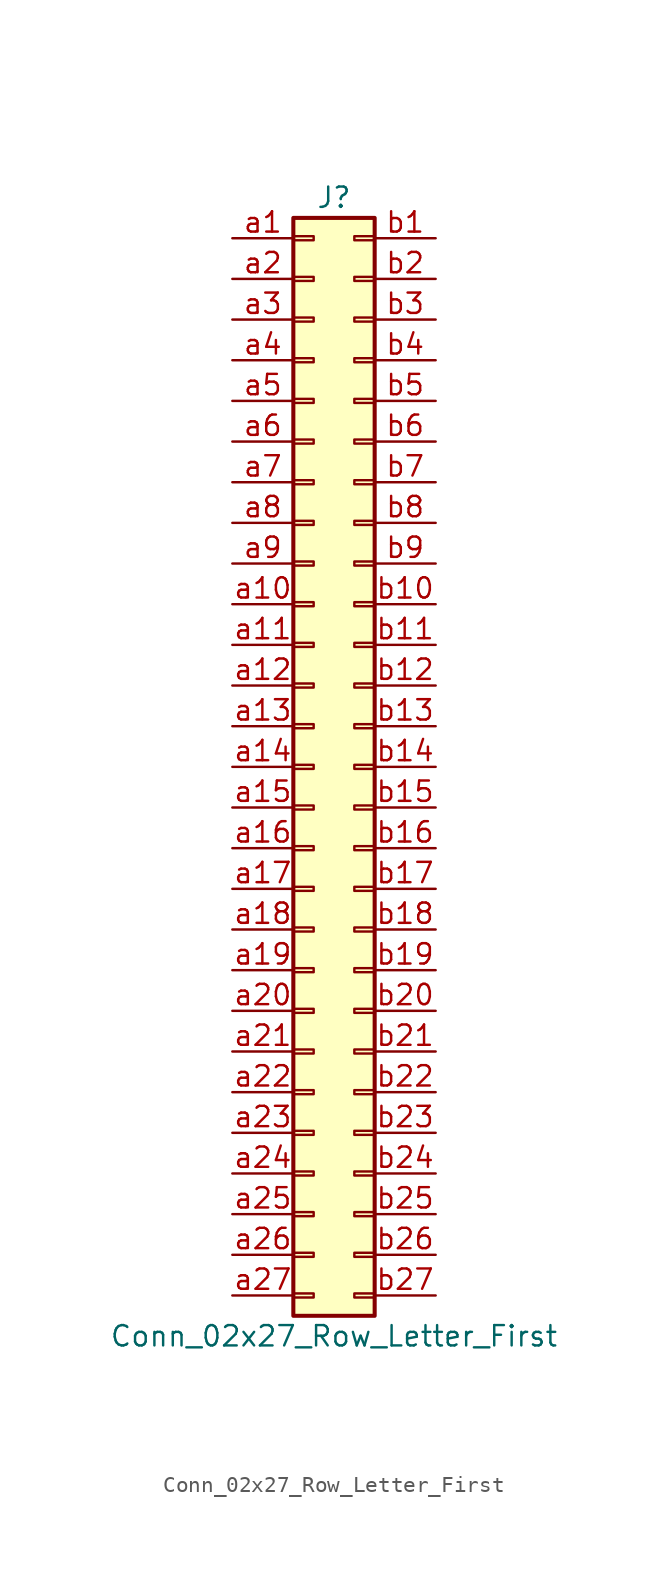
<source format=kicad_sym>
(kicad_symbol_lib
  (version 20201005)
  (generator kicad_symbol_editor)
  (symbol "Conn_02x27_Row_Letter_First"
    (pin_names
      (offset 1.016) hide)
    (property "Reference" "J"
      (at 1.27 35.56 0)
      (effects (font (size 1.27 1.27))))
    (property "Value" "Conn_02x27_Row_Letter_First"
      (at 1.27 -35.56 0)
      (effects (font (size 1.27 1.27))))
    (symbol "Conn_02x27_Row_Letter_First_1_1"
      (rectangle (start -1.27 -32.893) (end 0 -33.147) (stroke (width 0.152)) (fill (type none)))
      (rectangle (start -1.27 -30.353) (end 0 -30.607) (stroke (width 0.152)) (fill (type none)))
      (rectangle (start -1.27 -27.813) (end 0 -28.067) (stroke (width 0.152)) (fill (type none)))
      (rectangle (start -1.27 -25.273) (end 0 -25.527) (stroke (width 0.152)) (fill (type none)))
      (rectangle (start -1.27 -22.733) (end 0 -22.987) (stroke (width 0.152)) (fill (type none)))
      (rectangle (start -1.27 -20.193) (end 0 -20.447) (stroke (width 0.152)) (fill (type none)))
      (rectangle (start -1.27 -17.653) (end 0 -17.907) (stroke (width 0.152)) (fill (type none)))
      (rectangle (start -1.27 -15.113) (end 0 -15.367) (stroke (width 0.152)) (fill (type none)))
      (rectangle (start -1.27 -12.573) (end 0 -12.827) (stroke (width 0.152)) (fill (type none)))
      (rectangle (start -1.27 -10.033) (end 0 -10.287) (stroke (width 0.152)) (fill (type none)))
      (rectangle (start -1.27 -7.493) (end 0 -7.747) (stroke (width 0.152)) (fill (type none)))
      (rectangle (start -1.27 -4.953) (end 0 -5.207) (stroke (width 0.152)) (fill (type none)))
      (rectangle (start -1.27 -2.413) (end 0 -2.667) (stroke (width 0.152)) (fill (type none)))
      (rectangle (start -1.27 0.127) (end 0 -0.127) (stroke (width 0.152)) (fill (type none)))
      (rectangle (start -1.27 2.667) (end 0 2.413) (stroke (width 0.152)) (fill (type none)))
      (rectangle (start -1.27 5.207) (end 0 4.953) (stroke (width 0.152)) (fill (type none)))
      (rectangle (start -1.27 7.747) (end 0 7.493) (stroke (width 0.152)) (fill (type none)))
      (rectangle (start -1.27 10.287) (end 0 10.033) (stroke (width 0.152)) (fill (type none)))
      (rectangle (start -1.27 12.827) (end 0 12.573) (stroke (width 0.152)) (fill (type none)))
      (rectangle (start -1.27 15.367) (end 0 15.113) (stroke (width 0.152)) (fill (type none)))
      (rectangle (start -1.27 17.907) (end 0 17.653) (stroke (width 0.152)) (fill (type none)))
      (rectangle (start -1.27 20.447) (end 0 20.193) (stroke (width 0.152)) (fill (type none)))
      (rectangle (start -1.27 22.987) (end 0 22.733) (stroke (width 0.152)) (fill (type none)))
      (rectangle (start -1.27 25.527) (end 0 25.273) (stroke (width 0.152)) (fill (type none)))
      (rectangle (start -1.27 28.067) (end 0 27.813) (stroke (width 0.152)) (fill (type none)))
      (rectangle (start -1.27 30.607) (end 0 30.353) (stroke (width 0.152)) (fill (type none)))
      (rectangle (start -1.27 33.147) (end 0 32.893) (stroke (width 0.152)) (fill (type none)))
      (rectangle (start -1.27 34.29) (end 3.81 -34.29) (stroke (width 0.254)) (fill (type background)))
      (rectangle (start 3.81 -32.893) (end 2.54 -33.147) (stroke (width 0.152)) (fill (type none)))
      (rectangle (start 3.81 -30.353) (end 2.54 -30.607) (stroke (width 0.152)) (fill (type none)))
      (rectangle (start 3.81 -27.813) (end 2.54 -28.067) (stroke (width 0.152)) (fill (type none)))
      (rectangle (start 3.81 -25.273) (end 2.54 -25.527) (stroke (width 0.152)) (fill (type none)))
      (rectangle (start 3.81 -22.733) (end 2.54 -22.987) (stroke (width 0.152)) (fill (type none)))
      (rectangle (start 3.81 -20.193) (end 2.54 -20.447) (stroke (width 0.152)) (fill (type none)))
      (rectangle (start 3.81 -17.653) (end 2.54 -17.907) (stroke (width 0.152)) (fill (type none)))
      (rectangle (start 3.81 -15.113) (end 2.54 -15.367) (stroke (width 0.152)) (fill (type none)))
      (rectangle (start 3.81 -12.573) (end 2.54 -12.827) (stroke (width 0.152)) (fill (type none)))
      (rectangle (start 3.81 -10.033) (end 2.54 -10.287) (stroke (width 0.152)) (fill (type none)))
      (rectangle (start 3.81 -7.493) (end 2.54 -7.747) (stroke (width 0.152)) (fill (type none)))
      (rectangle (start 3.81 -4.953) (end 2.54 -5.207) (stroke (width 0.152)) (fill (type none)))
      (rectangle (start 3.81 -2.413) (end 2.54 -2.667) (stroke (width 0.152)) (fill (type none)))
      (rectangle (start 3.81 0.127) (end 2.54 -0.127) (stroke (width 0.152)) (fill (type none)))
      (rectangle (start 3.81 2.667) (end 2.54 2.413) (stroke (width 0.152)) (fill (type none)))
      (rectangle (start 3.81 5.207) (end 2.54 4.953) (stroke (width 0.152)) (fill (type none)))
      (rectangle (start 3.81 7.747) (end 2.54 7.493) (stroke (width 0.152)) (fill (type none)))
      (rectangle (start 3.81 10.287) (end 2.54 10.033) (stroke (width 0.152)) (fill (type none)))
      (rectangle (start 3.81 12.827) (end 2.54 12.573) (stroke (width 0.152)) (fill (type none)))
      (rectangle (start 3.81 15.367) (end 2.54 15.113) (stroke (width 0.152)) (fill (type none)))
      (rectangle (start 3.81 17.907) (end 2.54 17.653) (stroke (width 0.152)) (fill (type none)))
      (rectangle (start 3.81 20.447) (end 2.54 20.193) (stroke (width 0.152)) (fill (type none)))
      (rectangle (start 3.81 22.987) (end 2.54 22.733) (stroke (width 0.152)) (fill (type none)))
      (rectangle (start 3.81 25.527) (end 2.54 25.273) (stroke (width 0.152)) (fill (type none)))
      (rectangle (start 3.81 28.067) (end 2.54 27.813) (stroke (width 0.152)) (fill (type none)))
      (rectangle (start 3.81 30.607) (end 2.54 30.353) (stroke (width 0.152)) (fill (type none)))
      (rectangle (start 3.81 33.147) (end 2.54 32.893) (stroke (width 0.152)) (fill (type none)))
      (pin passive line (at -5.08 33.02 0) (length 3.81) (name "Pin_a1" (effects (font (size 1.27 1.27)))) (number "a1" (effects (font (size 1.27 1.27)))))
      (pin passive line (at -5.08 10.16 0) (length 3.81) (name "Pin_a10" (effects (font (size 1.27 1.27)))) (number "a10" (effects (font (size 1.27 1.27)))))
      (pin passive line (at -5.08 7.62 0) (length 3.81) (name "Pin_a11" (effects (font (size 1.27 1.27)))) (number "a11" (effects (font (size 1.27 1.27)))))
      (pin passive line (at -5.08 5.08 0) (length 3.81) (name "Pin_a12" (effects (font (size 1.27 1.27)))) (number "a12" (effects (font (size 1.27 1.27)))))
      (pin passive line (at -5.08 2.54 0) (length 3.81) (name "Pin_a13" (effects (font (size 1.27 1.27)))) (number "a13" (effects (font (size 1.27 1.27)))))
      (pin passive line (at -5.08 0 0) (length 3.81) (name "Pin_a14" (effects (font (size 1.27 1.27)))) (number "a14" (effects (font (size 1.27 1.27)))))
      (pin passive line (at -5.08 -2.54 0) (length 3.81) (name "Pin_a15" (effects (font (size 1.27 1.27)))) (number "a15" (effects (font (size 1.27 1.27)))))
      (pin passive line (at -5.08 -5.08 0) (length 3.81) (name "Pin_a16" (effects (font (size 1.27 1.27)))) (number "a16" (effects (font (size 1.27 1.27)))))
      (pin passive line (at -5.08 -7.62 0) (length 3.81) (name "Pin_a17" (effects (font (size 1.27 1.27)))) (number "a17" (effects (font (size 1.27 1.27)))))
      (pin passive line (at -5.08 -10.16 0) (length 3.81) (name "Pin_a18" (effects (font (size 1.27 1.27)))) (number "a18" (effects (font (size 1.27 1.27)))))
      (pin passive line (at -5.08 -12.7 0) (length 3.81) (name "Pin_a19" (effects (font (size 1.27 1.27)))) (number "a19" (effects (font (size 1.27 1.27)))))
      (pin passive line (at -5.08 30.48 0) (length 3.81) (name "Pin_a2" (effects (font (size 1.27 1.27)))) (number "a2" (effects (font (size 1.27 1.27)))))
      (pin passive line (at -5.08 -15.24 0) (length 3.81) (name "Pin_a20" (effects (font (size 1.27 1.27)))) (number "a20" (effects (font (size 1.27 1.27)))))
      (pin passive line (at -5.08 -17.78 0) (length 3.81) (name "Pin_a21" (effects (font (size 1.27 1.27)))) (number "a21" (effects (font (size 1.27 1.27)))))
      (pin passive line (at -5.08 -20.32 0) (length 3.81) (name "Pin_a22" (effects (font (size 1.27 1.27)))) (number "a22" (effects (font (size 1.27 1.27)))))
      (pin passive line (at -5.08 -22.86 0) (length 3.81) (name "Pin_a23" (effects (font (size 1.27 1.27)))) (number "a23" (effects (font (size 1.27 1.27)))))
      (pin passive line (at -5.08 -25.4 0) (length 3.81) (name "Pin_a24" (effects (font (size 1.27 1.27)))) (number "a24" (effects (font (size 1.27 1.27)))))
      (pin passive line (at -5.08 -27.94 0) (length 3.81) (name "Pin_a25" (effects (font (size 1.27 1.27)))) (number "a25" (effects (font (size 1.27 1.27)))))
      (pin passive line (at -5.08 -30.48 0) (length 3.81) (name "Pin_a26" (effects (font (size 1.27 1.27)))) (number "a26" (effects (font (size 1.27 1.27)))))
      (pin passive line (at -5.08 -33.02 0) (length 3.81) (name "Pin_a27" (effects (font (size 1.27 1.27)))) (number "a27" (effects (font (size 1.27 1.27)))))
      (pin passive line (at -5.08 27.94 0) (length 3.81) (name "Pin_a3" (effects (font (size 1.27 1.27)))) (number "a3" (effects (font (size 1.27 1.27)))))
      (pin passive line (at -5.08 25.4 0) (length 3.81) (name "Pin_a4" (effects (font (size 1.27 1.27)))) (number "a4" (effects (font (size 1.27 1.27)))))
      (pin passive line (at -5.08 22.86 0) (length 3.81) (name "Pin_a5" (effects (font (size 1.27 1.27)))) (number "a5" (effects (font (size 1.27 1.27)))))
      (pin passive line (at -5.08 20.32 0) (length 3.81) (name "Pin_a6" (effects (font (size 1.27 1.27)))) (number "a6" (effects (font (size 1.27 1.27)))))
      (pin passive line (at -5.08 17.78 0) (length 3.81) (name "Pin_a7" (effects (font (size 1.27 1.27)))) (number "a7" (effects (font (size 1.27 1.27)))))
      (pin passive line (at -5.08 15.24 0) (length 3.81) (name "Pin_a8" (effects (font (size 1.27 1.27)))) (number "a8" (effects (font (size 1.27 1.27)))))
      (pin passive line (at -5.08 12.7 0) (length 3.81) (name "Pin_a9" (effects (font (size 1.27 1.27)))) (number "a9" (effects (font (size 1.27 1.27)))))
      (pin passive line (at 7.62 33.02 180) (length 3.81) (name "Pin_b1" (effects (font (size 1.27 1.27)))) (number "b1" (effects (font (size 1.27 1.27)))))
      (pin passive line (at 7.62 10.16 180) (length 3.81) (name "Pin_b10" (effects (font (size 1.27 1.27)))) (number "b10" (effects (font (size 1.27 1.27)))))
      (pin passive line (at 7.62 7.62 180) (length 3.81) (name "Pin_b11" (effects (font (size 1.27 1.27)))) (number "b11" (effects (font (size 1.27 1.27)))))
      (pin passive line (at 7.62 5.08 180) (length 3.81) (name "Pin_b12" (effects (font (size 1.27 1.27)))) (number "b12" (effects (font (size 1.27 1.27)))))
      (pin passive line (at 7.62 2.54 180) (length 3.81) (name "Pin_b13" (effects (font (size 1.27 1.27)))) (number "b13" (effects (font (size 1.27 1.27)))))
      (pin passive line (at 7.62 0 180) (length 3.81) (name "Pin_b14" (effects (font (size 1.27 1.27)))) (number "b14" (effects (font (size 1.27 1.27)))))
      (pin passive line (at 7.62 -2.54 180) (length 3.81) (name "Pin_b15" (effects (font (size 1.27 1.27)))) (number "b15" (effects (font (size 1.27 1.27)))))
      (pin passive line (at 7.62 -5.08 180) (length 3.81) (name "Pin_b16" (effects (font (size 1.27 1.27)))) (number "b16" (effects (font (size 1.27 1.27)))))
      (pin passive line (at 7.62 -7.62 180) (length 3.81) (name "Pin_b17" (effects (font (size 1.27 1.27)))) (number "b17" (effects (font (size 1.27 1.27)))))
      (pin passive line (at 7.62 -10.16 180) (length 3.81) (name "Pin_b18" (effects (font (size 1.27 1.27)))) (number "b18" (effects (font (size 1.27 1.27)))))
      (pin passive line (at 7.62 -12.7 180) (length 3.81) (name "Pin_b19" (effects (font (size 1.27 1.27)))) (number "b19" (effects (font (size 1.27 1.27)))))
      (pin passive line (at 7.62 30.48 180) (length 3.81) (name "Pin_b2" (effects (font (size 1.27 1.27)))) (number "b2" (effects (font (size 1.27 1.27)))))
      (pin passive line (at 7.62 -15.24 180) (length 3.81) (name "Pin_b20" (effects (font (size 1.27 1.27)))) (number "b20" (effects (font (size 1.27 1.27)))))
      (pin passive line (at 7.62 -17.78 180) (length 3.81) (name "Pin_b21" (effects (font (size 1.27 1.27)))) (number "b21" (effects (font (size 1.27 1.27)))))
      (pin passive line (at 7.62 -20.32 180) (length 3.81) (name "Pin_b22" (effects (font (size 1.27 1.27)))) (number "b22" (effects (font (size 1.27 1.27)))))
      (pin passive line (at 7.62 -22.86 180) (length 3.81) (name "Pin_b23" (effects (font (size 1.27 1.27)))) (number "b23" (effects (font (size 1.27 1.27)))))
      (pin passive line (at 7.62 -25.4 180) (length 3.81) (name "Pin_b24" (effects (font (size 1.27 1.27)))) (number "b24" (effects (font (size 1.27 1.27)))))
      (pin passive line (at 7.62 -27.94 180) (length 3.81) (name "Pin_b25" (effects (font (size 1.27 1.27)))) (number "b25" (effects (font (size 1.27 1.27)))))
      (pin passive line (at 7.62 -30.48 180) (length 3.81) (name "Pin_b26" (effects (font (size 1.27 1.27)))) (number "b26" (effects (font (size 1.27 1.27)))))
      (pin passive line (at 7.62 -33.02 180) (length 3.81) (name "Pin_b27" (effects (font (size 1.27 1.27)))) (number "b27" (effects (font (size 1.27 1.27)))))
      (pin passive line (at 7.62 27.94 180) (length 3.81) (name "Pin_b3" (effects (font (size 1.27 1.27)))) (number "b3" (effects (font (size 1.27 1.27)))))
      (pin passive line (at 7.62 25.4 180) (length 3.81) (name "Pin_b4" (effects (font (size 1.27 1.27)))) (number "b4" (effects (font (size 1.27 1.27)))))
      (pin passive line (at 7.62 22.86 180) (length 3.81) (name "Pin_b5" (effects (font (size 1.27 1.27)))) (number "b5" (effects (font (size 1.27 1.27)))))
      (pin passive line (at 7.62 20.32 180) (length 3.81) (name "Pin_b6" (effects (font (size 1.27 1.27)))) (number "b6" (effects (font (size 1.27 1.27)))))
      (pin passive line (at 7.62 17.78 180) (length 3.81) (name "Pin_b7" (effects (font (size 1.27 1.27)))) (number "b7" (effects (font (size 1.27 1.27)))))
      (pin passive line (at 7.62 15.24 180) (length 3.81) (name "Pin_b8" (effects (font (size 1.27 1.27)))) (number "b8" (effects (font (size 1.27 1.27)))))
      (pin passive line (at 7.62 12.7 180) (length 3.81) (name "Pin_b9" (effects (font (size 1.27 1.27)))) (number "b9" (effects (font (size 1.27 1.27))))))))
</source>
